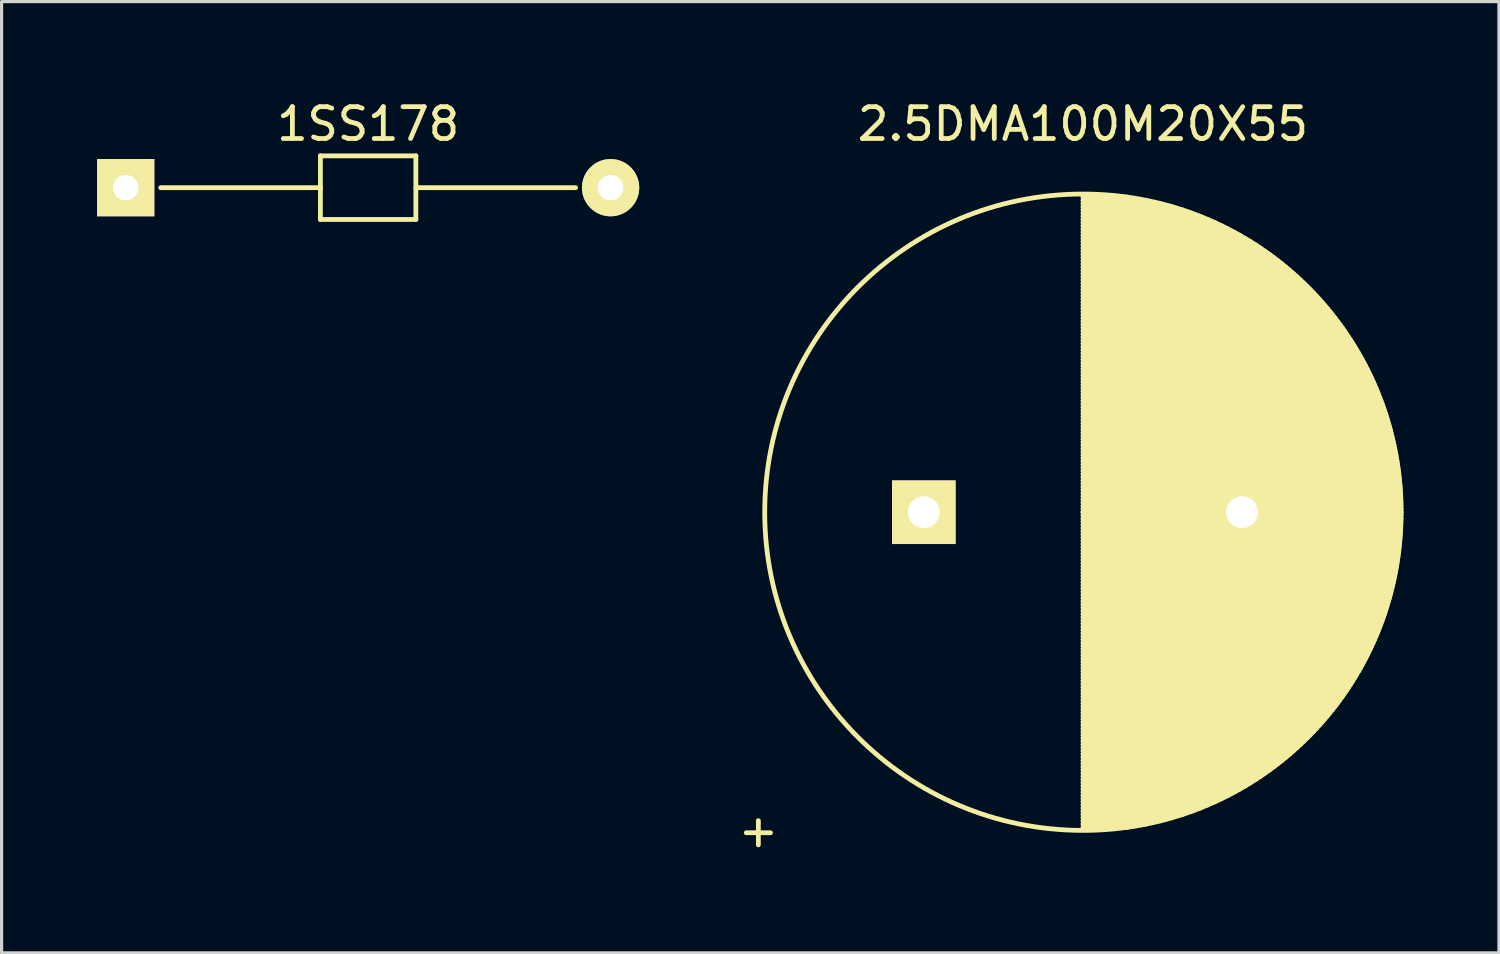
<source format=kicad_pcb>
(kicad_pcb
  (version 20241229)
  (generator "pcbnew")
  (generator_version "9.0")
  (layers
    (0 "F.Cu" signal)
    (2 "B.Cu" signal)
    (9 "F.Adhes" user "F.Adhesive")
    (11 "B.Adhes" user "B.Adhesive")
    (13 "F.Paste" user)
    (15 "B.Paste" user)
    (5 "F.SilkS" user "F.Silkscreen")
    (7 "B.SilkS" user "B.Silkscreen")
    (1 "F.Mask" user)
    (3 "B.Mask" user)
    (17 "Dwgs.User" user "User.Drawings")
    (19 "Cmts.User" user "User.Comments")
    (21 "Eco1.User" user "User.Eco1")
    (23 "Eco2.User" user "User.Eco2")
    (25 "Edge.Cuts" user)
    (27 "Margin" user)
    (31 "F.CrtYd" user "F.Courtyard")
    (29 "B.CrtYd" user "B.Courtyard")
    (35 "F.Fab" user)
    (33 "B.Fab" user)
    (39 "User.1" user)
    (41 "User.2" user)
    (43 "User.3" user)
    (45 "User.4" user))
  (footprint "2.5DMA100M20X55"
    (layer "F.Cu")
    (at 25.984 13.048)
    (property "Reference" "2.5DMA100M20X55" (at 5 -12.2 0) (layer "F.SilkS") (effects (font (size 1 1) (thickness 0.15))))
    (attr through_hole)
    (fp_line (start 5 -9.9) (end 6.411 -9.9) (stroke (width 0.15) (type solid)) (layer "F.SilkS"))
    (fp_line (start 5 -9.8) (end 6.99 -9.8) (stroke (width 0.15) (type solid)) (layer "F.SilkS"))
    (fp_line (start 5 -9.7) (end 7.431 -9.7) (stroke (width 0.15) (type solid)) (layer "F.SilkS"))
    (fp_line (start 5 -9.6) (end 7.8 -9.6) (stroke (width 0.15) (type solid)) (layer "F.SilkS"))
    (fp_line (start 5 -9.5) (end 8.122 -9.5) (stroke (width 0.15) (type solid)) (layer "F.SilkS"))
    (fp_line (start 5 -9.4) (end 8.412 -9.4) (stroke (width 0.15) (type solid)) (layer "F.SilkS"))
    (fp_line (start 5 -9.3) (end 8.676 -9.3) (stroke (width 0.15) (type solid)) (layer "F.SilkS"))
    (fp_line (start 5 -9.2) (end 8.919 -9.2) (stroke (width 0.15) (type solid)) (layer "F.SilkS"))
    (fp_line (start 5 -9.1) (end 9.146 -9.1) (stroke (width 0.15) (type solid)) (layer "F.SilkS"))
    (fp_line (start 5 -9) (end 9.359 -9) (stroke (width 0.15) (type solid)) (layer "F.SilkS"))
    (fp_line (start 5 -8.9) (end 9.56 -8.9) (stroke (width 0.15) (type solid)) (layer "F.SilkS"))
    (fp_line (start 5 -8.8) (end 9.75 -8.8) (stroke (width 0.15) (type solid)) (layer "F.SilkS"))
    (fp_line (start 5 -8.7) (end 9.931 -8.7) (stroke (width 0.15) (type solid)) (layer "F.SilkS"))
    (fp_line (start 5 -8.6) (end 10.103 -8.6) (stroke (width 0.15) (type solid)) (layer "F.SilkS"))
    (fp_line (start 5 -8.5) (end 10.268 -8.5) (stroke (width 0.15) (type solid)) (layer "F.SilkS"))
    (fp_line (start 5 -8.4) (end 10.426 -8.4) (stroke (width 0.15) (type solid)) (layer "F.SilkS"))
    (fp_line (start 5 -8.3) (end 10.578 -8.3) (stroke (width 0.15) (type solid)) (layer "F.SilkS"))
    (fp_line (start 5 -8.2) (end 10.724 -8.2) (stroke (width 0.15) (type solid)) (layer "F.SilkS"))
    (fp_line (start 5 -8.1) (end 10.864 -8.1) (stroke (width 0.15) (type solid)) (layer "F.SilkS"))
    (fp_line (start 5 -8) (end 11 -8) (stroke (width 0.15) (type solid)) (layer "F.SilkS"))
    (fp_line (start 5 -7.9) (end 11.131 -7.9) (stroke (width 0.15) (type solid)) (layer "F.SilkS"))
    (fp_line (start 5 -7.8) (end 11.258 -7.8) (stroke (width 0.15) (type solid)) (layer "F.SilkS"))
    (fp_line (start 5 -7.7) (end 11.38 -7.7) (stroke (width 0.15) (type solid)) (layer "F.SilkS"))
    (fp_line (start 5 -7.6) (end 11.499 -7.6) (stroke (width 0.15) (type solid)) (layer "F.SilkS"))
    (fp_line (start 5 -7.5) (end 11.614 -7.5) (stroke (width 0.15) (type solid)) (layer "F.SilkS"))
    (fp_line (start 5 -7.4) (end 11.726 -7.4) (stroke (width 0.15) (type solid)) (layer "F.SilkS"))
    (fp_line (start 5 -7.3) (end 11.834 -7.3) (stroke (width 0.15) (type solid)) (layer "F.SilkS"))
    (fp_line (start 5 -7.2) (end 11.94 -7.2) (stroke (width 0.15) (type solid)) (layer "F.SilkS"))
    (fp_line (start 5 -7.1) (end 12.042 -7.1) (stroke (width 0.15) (type solid)) (layer "F.SilkS"))
    (fp_line (start 5 -7) (end 12.141 -7) (stroke (width 0.15) (type solid)) (layer "F.SilkS"))
    (fp_line (start 5 -6.9) (end 12.238 -6.9) (stroke (width 0.15) (type solid)) (layer "F.SilkS"))
    (fp_line (start 5 -6.8) (end 12.332 -6.8) (stroke (width 0.15) (type solid)) (layer "F.SilkS"))
    (fp_line (start 5 -6.7) (end 12.424 -6.7) (stroke (width 0.15) (type solid)) (layer "F.SilkS"))
    (fp_line (start 5 -6.6) (end 12.513 -6.6) (stroke (width 0.15) (type solid)) (layer "F.SilkS"))
    (fp_line (start 5 -6.5) (end 12.599 -6.5) (stroke (width 0.15) (type solid)) (layer "F.SilkS"))
    (fp_line (start 5 -6.4) (end 12.684 -6.4) (stroke (width 0.15) (type solid)) (layer "F.SilkS"))
    (fp_line (start 5 -6.3) (end 12.766 -6.3) (stroke (width 0.15) (type solid)) (layer "F.SilkS"))
    (fp_line (start 5 -6.2) (end 12.846 -6.2) (stroke (width 0.15) (type solid)) (layer "F.SilkS"))
    (fp_line (start 5 -6.1) (end 12.924 -6.1) (stroke (width 0.15) (type solid)) (layer "F.SilkS"))
    (fp_line (start 5 -6) (end 13 -6) (stroke (width 0.15) (type solid)) (layer "F.SilkS"))
    (fp_line (start 5 -5.9) (end 13.074 -5.9) (stroke (width 0.15) (type solid)) (layer "F.SilkS"))
    (fp_line (start 5 -5.8) (end 13.146 -5.8) (stroke (width 0.15) (type solid)) (layer "F.SilkS"))
    (fp_line (start 5 -5.7) (end 13.216 -5.7) (stroke (width 0.15) (type solid)) (layer "F.SilkS"))
    (fp_line (start 5 -5.6) (end 13.285 -5.6) (stroke (width 0.15) (type solid)) (layer "F.SilkS"))
    (fp_line (start 5 -5.5) (end 13.352 -5.5) (stroke (width 0.15) (type solid)) (layer "F.SilkS"))
    (fp_line (start 5 -5.4) (end 13.417 -5.4) (stroke (width 0.15) (type solid)) (layer "F.SilkS"))
    (fp_line (start 5 -5.3) (end 13.48 -5.3) (stroke (width 0.15) (type solid)) (layer "F.SilkS"))
    (fp_line (start 5 -5.2) (end 13.542 -5.2) (stroke (width 0.15) (type solid)) (layer "F.SilkS"))
    (fp_line (start 5 -5.1) (end 13.602 -5.1) (stroke (width 0.15) (type solid)) (layer "F.SilkS"))
    (fp_line (start 5 -5) (end 13.66 -5) (stroke (width 0.15) (type solid)) (layer "F.SilkS"))
    (fp_line (start 5 -4.9) (end 13.717 -4.9) (stroke (width 0.15) (type solid)) (layer "F.SilkS"))
    (fp_line (start 5 -4.8) (end 13.773 -4.8) (stroke (width 0.15) (type solid)) (layer "F.SilkS"))
    (fp_line (start 5 -4.7) (end 13.827 -4.7) (stroke (width 0.15) (type solid)) (layer "F.SilkS"))
    (fp_line (start 5 -4.6) (end 13.879 -4.6) (stroke (width 0.15) (type solid)) (layer "F.SilkS"))
    (fp_line (start 5 -4.5) (end 13.93 -4.5) (stroke (width 0.15) (type solid)) (layer "F.SilkS"))
    (fp_line (start 5 -4.4) (end 13.98 -4.4) (stroke (width 0.15) (type solid)) (layer "F.SilkS"))
    (fp_line (start 5 -4.3) (end 14.028 -4.3) (stroke (width 0.15) (type solid)) (layer "F.SilkS"))
    (fp_line (start 5 -4.2) (end 14.075 -4.2) (stroke (width 0.15) (type solid)) (layer "F.SilkS"))
    (fp_line (start 5 -4.1) (end 14.121 -4.1) (stroke (width 0.15) (type solid)) (layer "F.SilkS"))
    (fp_line (start 5 -4) (end 14.165 -4) (stroke (width 0.15) (type solid)) (layer "F.SilkS"))
    (fp_line (start 5 -3.9) (end 14.208 -3.9) (stroke (width 0.15) (type solid)) (layer "F.SilkS"))
    (fp_line (start 5 -3.8) (end 14.25 -3.8) (stroke (width 0.15) (type solid)) (layer "F.SilkS"))
    (fp_line (start 5 -3.7) (end 14.29 -3.7) (stroke (width 0.15) (type solid)) (layer "F.SilkS"))
    (fp_line (start 5 -3.6) (end 14.33 -3.6) (stroke (width 0.15) (type solid)) (layer "F.SilkS"))
    (fp_line (start 5 -3.5) (end 14.367 -3.5) (stroke (width 0.15) (type solid)) (layer "F.SilkS"))
    (fp_line (start 5 -3.4) (end 14.404 -3.4) (stroke (width 0.15) (type solid)) (layer "F.SilkS"))
    (fp_line (start 5 -3.3) (end 14.44 -3.3) (stroke (width 0.15) (type solid)) (layer "F.SilkS"))
    (fp_line (start 5 -3.2) (end 14.474 -3.2) (stroke (width 0.15) (type solid)) (layer "F.SilkS"))
    (fp_line (start 5 -3.1) (end 14.507 -3.1) (stroke (width 0.15) (type solid)) (layer "F.SilkS"))
    (fp_line (start 5 -3) (end 14.539 -3) (stroke (width 0.15) (type solid)) (layer "F.SilkS"))
    (fp_line (start 5 -2.9) (end 14.57 -2.9) (stroke (width 0.15) (type solid)) (layer "F.SilkS"))
    (fp_line (start 5 -2.8) (end 14.6 -2.8) (stroke (width 0.15) (type solid)) (layer "F.SilkS"))
    (fp_line (start 5 -2.7) (end 14.629 -2.7) (stroke (width 0.15) (type solid)) (layer "F.SilkS"))
    (fp_line (start 5 -2.6) (end 14.656 -2.6) (stroke (width 0.15) (type solid)) (layer "F.SilkS"))
    (fp_line (start 5 -2.5) (end 14.682 -2.5) (stroke (width 0.15) (type solid)) (layer "F.SilkS"))
    (fp_line (start 5 -2.4) (end 14.708 -2.4) (stroke (width 0.15) (type solid)) (layer "F.SilkS"))
    (fp_line (start 5 -2.3) (end 14.732 -2.3) (stroke (width 0.15) (type solid)) (layer "F.SilkS"))
    (fp_line (start 5 -2.2) (end 14.755 -2.2) (stroke (width 0.15) (type solid)) (layer "F.SilkS"))
    (fp_line (start 5 -2.1) (end 14.777 -2.1) (stroke (width 0.15) (type solid)) (layer "F.SilkS"))
    (fp_line (start 5 -2) (end 14.798 -2) (stroke (width 0.15) (type solid)) (layer "F.SilkS"))
    (fp_line (start 5 -1.9) (end 14.818 -1.9) (stroke (width 0.15) (type solid)) (layer "F.SilkS"))
    (fp_line (start 5 -1.8) (end 14.837 -1.8) (stroke (width 0.15) (type solid)) (layer "F.SilkS"))
    (fp_line (start 5 -1.7) (end 14.854 -1.7) (stroke (width 0.15) (type solid)) (layer "F.SilkS"))
    (fp_line (start 5 -1.6) (end 14.871 -1.6) (stroke (width 0.15) (type solid)) (layer "F.SilkS"))
    (fp_line (start 5 -1.5) (end 14.887 -1.5) (stroke (width 0.15) (type solid)) (layer "F.SilkS"))
    (fp_line (start 5 -1.4) (end 14.902 -1.4) (stroke (width 0.15) (type solid)) (layer "F.SilkS"))
    (fp_line (start 5 -1.3) (end 14.915 -1.3) (stroke (width 0.15) (type solid)) (layer "F.SilkS"))
    (fp_line (start 5 -1.2) (end 14.928 -1.2) (stroke (width 0.15) (type solid)) (layer "F.SilkS"))
    (fp_line (start 5 -1.1) (end 14.939 -1.1) (stroke (width 0.15) (type solid)) (layer "F.SilkS"))
    (fp_line (start 5 -1) (end 14.95 -1) (stroke (width 0.15) (type solid)) (layer "F.SilkS"))
    (fp_line (start 5 -0.9) (end 14.959 -0.9) (stroke (width 0.15) (type solid)) (layer "F.SilkS"))
    (fp_line (start 5 -0.8) (end 14.968 -0.8) (stroke (width 0.15) (type solid)) (layer "F.SilkS"))
    (fp_line (start 5 -0.7) (end 14.975 -0.7) (stroke (width 0.15) (type solid)) (layer "F.SilkS"))
    (fp_line (start 5 -0.6) (end 14.982 -0.6) (stroke (width 0.15) (type solid)) (layer "F.SilkS"))
    (fp_line (start 5 -0.5) (end 14.987 -0.5) (stroke (width 0.15) (type solid)) (layer "F.SilkS"))
    (fp_line (start 5 -0.4) (end 14.992 -0.4) (stroke (width 0.15) (type solid)) (layer "F.SilkS"))
    (fp_line (start 5 -0.3) (end 14.995 -0.3) (stroke (width 0.15) (type solid)) (layer "F.SilkS"))
    (fp_line (start 5 -0.2) (end 14.998 -0.2) (stroke (width 0.15) (type solid)) (layer "F.SilkS"))
    (fp_line (start 5 -0.1) (end 14.999 -0.1) (stroke (width 0.15) (type solid)) (layer "F.SilkS"))
    (fp_line (start 5 0) (end 15 0) (stroke (width 0.15) (type solid)) (layer "F.SilkS"))
    (fp_line (start 5 0) (end 15 0) (stroke (width 0.15) (type solid)) (layer "F.SilkS"))
    (fp_line (start 5 0.1) (end 14.999 0.1) (stroke (width 0.15) (type solid)) (layer "F.SilkS"))
    (fp_line (start 5 0.2) (end 14.998 0.2) (stroke (width 0.15) (type solid)) (layer "F.SilkS"))
    (fp_line (start 5 0.3) (end 14.995 0.3) (stroke (width 0.15) (type solid)) (layer "F.SilkS"))
    (fp_line (start 5 0.4) (end 14.992 0.4) (stroke (width 0.15) (type solid)) (layer "F.SilkS"))
    (fp_line (start 5 0.5) (end 14.987 0.5) (stroke (width 0.15) (type solid)) (layer "F.SilkS"))
    (fp_line (start 5 0.6) (end 14.982 0.6) (stroke (width 0.15) (type solid)) (layer "F.SilkS"))
    (fp_line (start 5 0.7) (end 14.975 0.7) (stroke (width 0.15) (type solid)) (layer "F.SilkS"))
    (fp_line (start 5 0.8) (end 14.968 0.8) (stroke (width 0.15) (type solid)) (layer "F.SilkS"))
    (fp_line (start 5 0.9) (end 14.959 0.9) (stroke (width 0.15) (type solid)) (layer "F.SilkS"))
    (fp_line (start 5 1) (end 14.95 1) (stroke (width 0.15) (type solid)) (layer "F.SilkS"))
    (fp_line (start 5 1.1) (end 14.939 1.1) (stroke (width 0.15) (type solid)) (layer "F.SilkS"))
    (fp_line (start 5 1.2) (end 14.928 1.2) (stroke (width 0.15) (type solid)) (layer "F.SilkS"))
    (fp_line (start 5 1.3) (end 14.915 1.3) (stroke (width 0.15) (type solid)) (layer "F.SilkS"))
    (fp_line (start 5 1.4) (end 14.902 1.4) (stroke (width 0.15) (type solid)) (layer "F.SilkS"))
    (fp_line (start 5 1.5) (end 14.887 1.5) (stroke (width 0.15) (type solid)) (layer "F.SilkS"))
    (fp_line (start 5 1.6) (end 14.871 1.6) (stroke (width 0.15) (type solid)) (layer "F.SilkS"))
    (fp_line (start 5 1.7) (end 14.854 1.7) (stroke (width 0.15) (type solid)) (layer "F.SilkS"))
    (fp_line (start 5 1.8) (end 14.837 1.8) (stroke (width 0.15) (type solid)) (layer "F.SilkS"))
    (fp_line (start 5 1.9) (end 14.818 1.9) (stroke (width 0.15) (type solid)) (layer "F.SilkS"))
    (fp_line (start 5 2) (end 14.798 2) (stroke (width 0.15) (type solid)) (layer "F.SilkS"))
    (fp_line (start 5 2.1) (end 14.777 2.1) (stroke (width 0.15) (type solid)) (layer "F.SilkS"))
    (fp_line (start 5 2.2) (end 14.755 2.2) (stroke (width 0.15) (type solid)) (layer "F.SilkS"))
    (fp_line (start 5 2.3) (end 14.732 2.3) (stroke (width 0.15) (type solid)) (layer "F.SilkS"))
    (fp_line (start 5 2.4) (end 14.708 2.4) (stroke (width 0.15) (type solid)) (layer "F.SilkS"))
    (fp_line (start 5 2.5) (end 14.682 2.5) (stroke (width 0.15) (type solid)) (layer "F.SilkS"))
    (fp_line (start 5 2.6) (end 14.656 2.6) (stroke (width 0.15) (type solid)) (layer "F.SilkS"))
    (fp_line (start 5 2.7) (end 14.629 2.7) (stroke (width 0.15) (type solid)) (layer "F.SilkS"))
    (fp_line (start 5 2.8) (end 14.6 2.8) (stroke (width 0.15) (type solid)) (layer "F.SilkS"))
    (fp_line (start 5 2.9) (end 14.57 2.9) (stroke (width 0.15) (type solid)) (layer "F.SilkS"))
    (fp_line (start 5 3) (end 14.539 3) (stroke (width 0.15) (type solid)) (layer "F.SilkS"))
    (fp_line (start 5 3.1) (end 14.507 3.1) (stroke (width 0.15) (type solid)) (layer "F.SilkS"))
    (fp_line (start 5 3.2) (end 14.474 3.2) (stroke (width 0.15) (type solid)) (layer "F.SilkS"))
    (fp_line (start 5 3.3) (end 14.44 3.3) (stroke (width 0.15) (type solid)) (layer "F.SilkS"))
    (fp_line (start 5 3.4) (end 14.404 3.4) (stroke (width 0.15) (type solid)) (layer "F.SilkS"))
    (fp_line (start 5 3.5) (end 14.367 3.5) (stroke (width 0.15) (type solid)) (layer "F.SilkS"))
    (fp_line (start 5 3.6) (end 14.33 3.6) (stroke (width 0.15) (type solid)) (layer "F.SilkS"))
    (fp_line (start 5 3.7) (end 14.29 3.7) (stroke (width 0.15) (type solid)) (layer "F.SilkS"))
    (fp_line (start 5 3.8) (end 14.25 3.8) (stroke (width 0.15) (type solid)) (layer "F.SilkS"))
    (fp_line (start 5 3.9) (end 14.208 3.9) (stroke (width 0.15) (type solid)) (layer "F.SilkS"))
    (fp_line (start 5 4) (end 14.165 4) (stroke (width 0.15) (type solid)) (layer "F.SilkS"))
    (fp_line (start 5 4.1) (end 14.121 4.1) (stroke (width 0.15) (type solid)) (layer "F.SilkS"))
    (fp_line (start 5 4.2) (end 14.075 4.2) (stroke (width 0.15) (type solid)) (layer "F.SilkS"))
    (fp_line (start 5 4.3) (end 14.028 4.3) (stroke (width 0.15) (type solid)) (layer "F.SilkS"))
    (fp_line (start 5 4.4) (end 13.98 4.4) (stroke (width 0.15) (type solid)) (layer "F.SilkS"))
    (fp_line (start 5 4.5) (end 13.93 4.5) (stroke (width 0.15) (type solid)) (layer "F.SilkS"))
    (fp_line (start 5 4.6) (end 13.879 4.6) (stroke (width 0.15) (type solid)) (layer "F.SilkS"))
    (fp_line (start 5 4.7) (end 13.827 4.7) (stroke (width 0.15) (type solid)) (layer "F.SilkS"))
    (fp_line (start 5 4.8) (end 13.773 4.8) (stroke (width 0.15) (type solid)) (layer "F.SilkS"))
    (fp_line (start 5 4.9) (end 13.717 4.9) (stroke (width 0.15) (type solid)) (layer "F.SilkS"))
    (fp_line (start 5 5) (end 13.66 5) (stroke (width 0.15) (type solid)) (layer "F.SilkS"))
    (fp_line (start 5 5.1) (end 13.602 5.1) (stroke (width 0.15) (type solid)) (layer "F.SilkS"))
    (fp_line (start 5 5.2) (end 13.542 5.2) (stroke (width 0.15) (type solid)) (layer "F.SilkS"))
    (fp_line (start 5 5.3) (end 13.48 5.3) (stroke (width 0.15) (type solid)) (layer "F.SilkS"))
    (fp_line (start 5 5.4) (end 13.417 5.4) (stroke (width 0.15) (type solid)) (layer "F.SilkS"))
    (fp_line (start 5 5.5) (end 13.352 5.5) (stroke (width 0.15) (type solid)) (layer "F.SilkS"))
    (fp_line (start 5 5.6) (end 13.285 5.6) (stroke (width 0.15) (type solid)) (layer "F.SilkS"))
    (fp_line (start 5 5.7) (end 13.216 5.7) (stroke (width 0.15) (type solid)) (layer "F.SilkS"))
    (fp_line (start 5 5.8) (end 13.146 5.8) (stroke (width 0.15) (type solid)) (layer "F.SilkS"))
    (fp_line (start 5 5.9) (end 13.074 5.9) (stroke (width 0.15) (type solid)) (layer "F.SilkS"))
    (fp_line (start 5 6) (end 13 6) (stroke (width 0.15) (type solid)) (layer "F.SilkS"))
    (fp_line (start 5 6.1) (end 12.924 6.1) (stroke (width 0.15) (type solid)) (layer "F.SilkS"))
    (fp_line (start 5 6.2) (end 12.846 6.2) (stroke (width 0.15) (type solid)) (layer "F.SilkS"))
    (fp_line (start 5 6.3) (end 12.766 6.3) (stroke (width 0.15) (type solid)) (layer "F.SilkS"))
    (fp_line (start 5 6.4) (end 12.684 6.4) (stroke (width 0.15) (type solid)) (layer "F.SilkS"))
    (fp_line (start 5 6.5) (end 12.599 6.5) (stroke (width 0.15) (type solid)) (layer "F.SilkS"))
    (fp_line (start 5 6.6) (end 12.513 6.6) (stroke (width 0.15) (type solid)) (layer "F.SilkS"))
    (fp_line (start 5 6.7) (end 12.424 6.7) (stroke (width 0.15) (type solid)) (layer "F.SilkS"))
    (fp_line (start 5 6.8) (end 12.332 6.8) (stroke (width 0.15) (type solid)) (layer "F.SilkS"))
    (fp_line (start 5 6.9) (end 12.238 6.9) (stroke (width 0.15) (type solid)) (layer "F.SilkS"))
    (fp_line (start 5 7) (end 12.141 7) (stroke (width 0.15) (type solid)) (layer "F.SilkS"))
    (fp_line (start 5 7.1) (end 12.042 7.1) (stroke (width 0.15) (type solid)) (layer "F.SilkS"))
    (fp_line (start 5 7.2) (end 11.94 7.2) (stroke (width 0.15) (type solid)) (layer "F.SilkS"))
    (fp_line (start 5 7.3) (end 11.834 7.3) (stroke (width 0.15) (type solid)) (layer "F.SilkS"))
    (fp_line (start 5 7.4) (end 11.726 7.4) (stroke (width 0.15) (type solid)) (layer "F.SilkS"))
    (fp_line (start 5 7.5) (end 11.614 7.5) (stroke (width 0.15) (type solid)) (layer "F.SilkS"))
    (fp_line (start 5 7.6) (end 11.499 7.6) (stroke (width 0.15) (type solid)) (layer "F.SilkS"))
    (fp_line (start 5 7.7) (end 11.38 7.7) (stroke (width 0.15) (type solid)) (layer "F.SilkS"))
    (fp_line (start 5 7.8) (end 11.258 7.8) (stroke (width 0.15) (type solid)) (layer "F.SilkS"))
    (fp_line (start 5 7.9) (end 11.131 7.9) (stroke (width 0.15) (type solid)) (layer "F.SilkS"))
    (fp_line (start 5 8) (end 11 8) (stroke (width 0.15) (type solid)) (layer "F.SilkS"))
    (fp_line (start 5 8.1) (end 10.864 8.1) (stroke (width 0.15) (type solid)) (layer "F.SilkS"))
    (fp_line (start 5 8.2) (end 10.724 8.2) (stroke (width 0.15) (type solid)) (layer "F.SilkS"))
    (fp_line (start 5 8.3) (end 10.578 8.3) (stroke (width 0.15) (type solid)) (layer "F.SilkS"))
    (fp_line (start 5 8.4) (end 10.426 8.4) (stroke (width 0.15) (type solid)) (layer "F.SilkS"))
    (fp_line (start 5 8.5) (end 10.268 8.5) (stroke (width 0.15) (type solid)) (layer "F.SilkS"))
    (fp_line (start 5 8.6) (end 10.103 8.6) (stroke (width 0.15) (type solid)) (layer "F.SilkS"))
    (fp_line (start 5 8.7) (end 9.931 8.7) (stroke (width 0.15) (type solid)) (layer "F.SilkS"))
    (fp_line (start 5 8.8) (end 9.75 8.8) (stroke (width 0.15) (type solid)) (layer "F.SilkS"))
    (fp_line (start 5 8.9) (end 9.56 8.9) (stroke (width 0.15) (type solid)) (layer "F.SilkS"))
    (fp_line (start 5 9) (end 9.359 9) (stroke (width 0.15) (type solid)) (layer "F.SilkS"))
    (fp_line (start 5 9.1) (end 9.146 9.1) (stroke (width 0.15) (type solid)) (layer "F.SilkS"))
    (fp_line (start 5 9.2) (end 8.919 9.2) (stroke (width 0.15) (type solid)) (layer "F.SilkS"))
    (fp_line (start 5 9.3) (end 8.676 9.3) (stroke (width 0.15) (type solid)) (layer "F.SilkS"))
    (fp_line (start 5 9.4) (end 8.412 9.4) (stroke (width 0.15) (type solid)) (layer "F.SilkS"))
    (fp_line (start 5 9.5) (end 8.122 9.5) (stroke (width 0.15) (type solid)) (layer "F.SilkS"))
    (fp_line (start 5 9.6) (end 7.8 9.6) (stroke (width 0.15) (type solid)) (layer "F.SilkS"))
    (fp_line (start 5 9.7) (end 7.431 9.7) (stroke (width 0.15) (type solid)) (layer "F.SilkS"))
    (fp_line (start 5 9.8) (end 6.99 9.8) (stroke (width 0.15) (type solid)) (layer "F.SilkS"))
    (fp_line (start 5 9.9) (end 6.411 9.9) (stroke (width 0.15) (type solid)) (layer "F.SilkS"))
    (fp_circle (center 5 0) (end 5 -10) (stroke (width 0.15) (type solid)) (fill no) (layer "F.SilkS"))
    (fp_text user "+" (at -5.2 10 0) (layer "F.SilkS") (effects (font (size 1 1) (thickness 0.15))))
    (pad "1" thru_hole rect (at 0 0) (size 2 2) (drill 1) (layers "*.Cu" "*.Mask" "F.SilkS"))
    (pad "2" thru_hole circle (at 10 0) (size 2 2) (drill 1) (layers "*.Cu" "*.Mask" "F.SilkS")))
  (footprint "1SS178"
    (layer "F.Cu")
    (at 0.9 2.848)
    (property "Reference" "1SS178" (at 7.62 -2 0) (layer "F.SilkS") (effects (font (size 1 1) (thickness 0.15))))
    (attr through_hole)
    (fp_line (start 1.1 0) (end 6.12 0) (stroke (width 0.15) (type solid)) (layer "F.SilkS"))
    (fp_line (start 6.12 -1) (end 6.12 1) (stroke (width 0.15) (type solid)) (layer "F.SilkS"))
    (fp_line (start 6.12 -1) (end 9.12 -1) (stroke (width 0.15) (type solid)) (layer "F.SilkS"))
    (fp_line (start 6.12 1) (end 9.12 1) (stroke (width 0.15) (type solid)) (layer "F.SilkS"))
    (fp_line (start 9.12 0) (end 14.14 0) (stroke (width 0.15) (type solid)) (layer "F.SilkS"))
    (fp_line (start 9.12 1) (end 9.12 -1) (stroke (width 0.15) (type solid)) (layer "F.SilkS"))
    (pad "1" thru_hole rect (at 0 0) (size 1.8 1.8) (drill 0.8) (layers "*.Cu" "*.Mask" "F.SilkS"))
    (pad "2" thru_hole circle (at 15.24 0) (size 1.8 1.8) (drill 0.8) (layers "*.Cu" "*.Mask" "F.SilkS")))
  (gr_rect
    (start -3 -3)
    (end 44.059 26.896)
    (stroke (width 0.1) (type default))
    (fill no)
    (layer "Edge.Cuts")))
</source>
